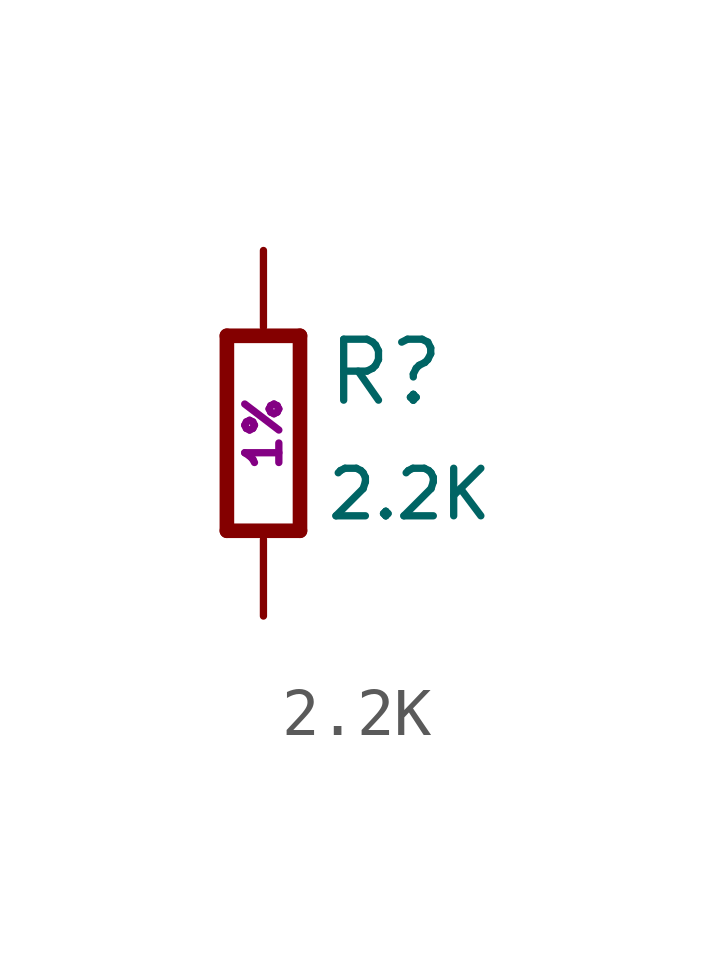
<source format=kicad_sym>
(kicad_symbol_lib
  (version 20211014)
  (generator kicad_symbol_editor)
  (symbol "2.2K"
    (pin_numbers hide)
    (pin_names
      (offset 0.254) hide)
    (property "Reference" "R"
      (at 1.27 1.27 0)
      (effects (font (size 1.27 1.27)) (justify left)))
    (property "Value" "2.2K"
      (at 1.27 -1.27 0)
      (effects (font (size 0.991 0.991)) (justify left)))
    (property "Tolerance" "1%"
      (at 0 0 90)
      (effects (font (size 0.711 0.711))))
    (symbol "2.2K_1_1"
      (polyline (pts (xy -0.762 -2.032) (xy -0.762 2.032)) (stroke (width 0.305) (type default) (color 0 0 0 0)) (fill (type outline)))
      (polyline (pts (xy 0.762 -2.032) (xy -0.762 -2.032)) (stroke (width 0.305) (type default) (color 0 0 0 0)) (fill (type outline)))
      (polyline (pts (xy 0.762 -2.032) (xy 0.762 2.032)) (stroke (width 0.305) (type default) (color 0 0 0 0)) (fill (type outline)))
      (polyline (pts (xy 0.762 2.032) (xy -0.762 2.032)) (stroke (width 0.305) (type default) (color 0 0 0 0)) (fill (type outline)))
      (pin passive line (at 0 3.81 270) (length 1.6) (name "~" (effects (font (size 1.27 1.27)))) (number "1" (effects (font (size 1.27 1.27)))))
      (pin passive line (at 0 -3.81 90) (length 1.6) (name "~" (effects (font (size 1.27 1.27)))) (number "2" (effects (font (size 1.27 1.27))))))))
</source>
